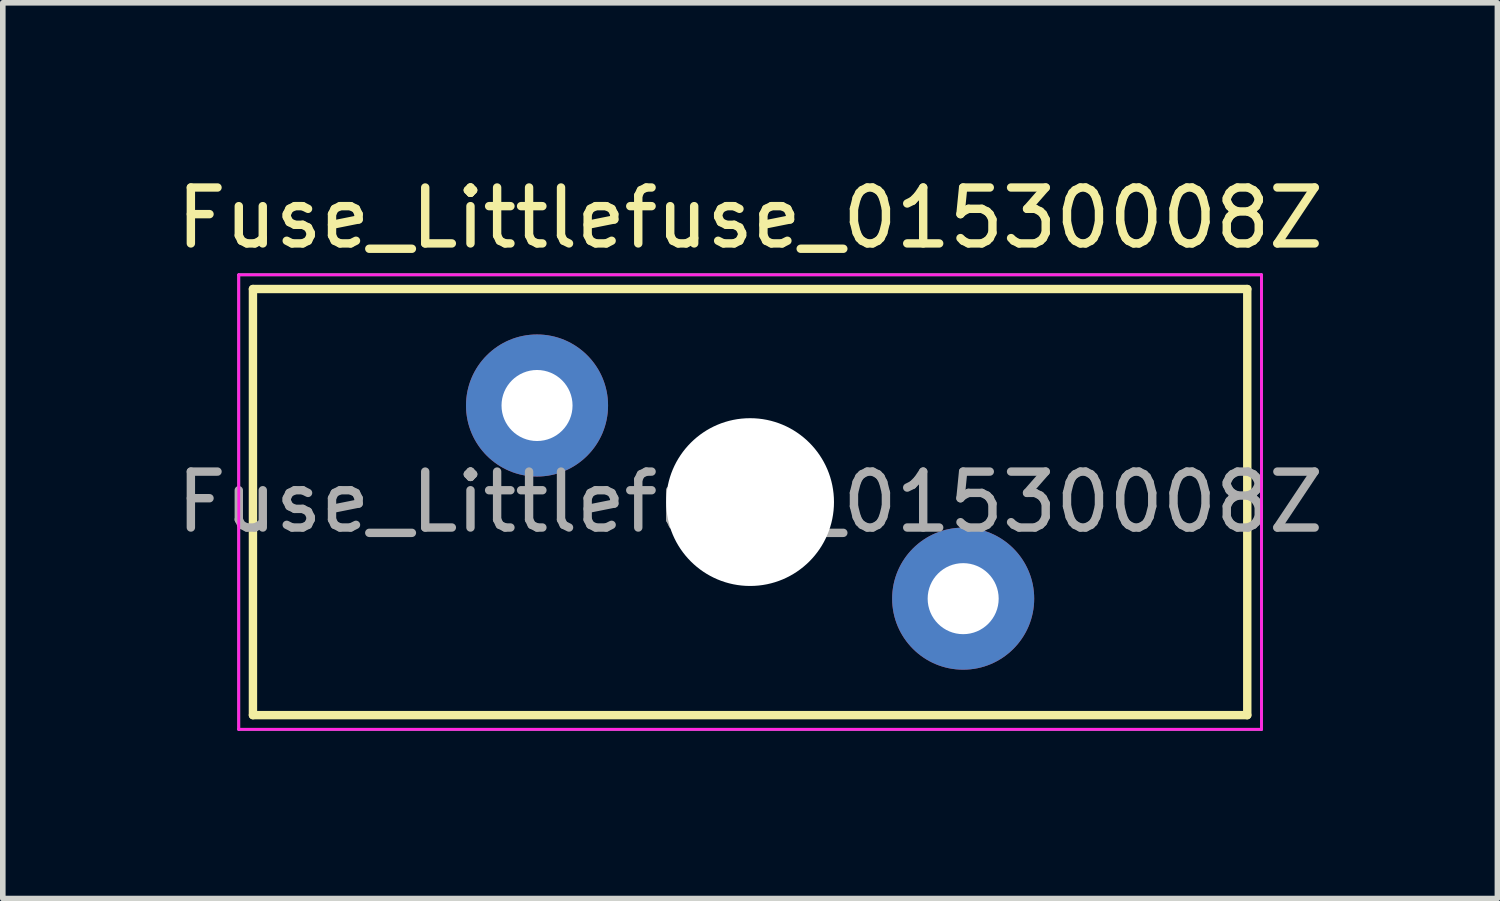
<source format=kicad_pcb>
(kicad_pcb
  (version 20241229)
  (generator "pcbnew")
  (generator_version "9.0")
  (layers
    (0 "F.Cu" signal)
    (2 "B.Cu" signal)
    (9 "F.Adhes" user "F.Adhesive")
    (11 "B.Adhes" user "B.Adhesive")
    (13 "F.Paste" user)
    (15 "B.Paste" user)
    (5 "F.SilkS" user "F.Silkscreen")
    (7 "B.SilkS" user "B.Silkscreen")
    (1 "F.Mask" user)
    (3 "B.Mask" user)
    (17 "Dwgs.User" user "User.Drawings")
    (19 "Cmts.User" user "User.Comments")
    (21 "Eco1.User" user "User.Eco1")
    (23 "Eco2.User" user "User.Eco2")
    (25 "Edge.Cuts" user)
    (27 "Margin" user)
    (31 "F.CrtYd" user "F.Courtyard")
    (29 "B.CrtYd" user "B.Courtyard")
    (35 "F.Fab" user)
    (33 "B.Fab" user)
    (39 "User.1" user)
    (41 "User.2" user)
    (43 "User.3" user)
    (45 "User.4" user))
  (footprint "Fuse_Littlefuse_01530008Z"
    (layer "F.Cu")
    (at 10.363 5.928)
    (property "Reference" "Fuse_Littlefuse_01530008Z" (at 0 -5.08 0) (layer "F.SilkS") (effects (font (size 1 1) (thickness 0.15))))
    (attr through_hole)
    (fp_line (start -8.89 -3.81) (end -8.89 3.81) (stroke (width 0.15) (type solid)) (layer "F.SilkS"))
    (fp_line (start -8.89 3.81) (end 8.89 3.81) (stroke (width 0.15) (type solid)) (layer "F.SilkS"))
    (fp_line (start 8.89 -3.81) (end -8.89 -3.81) (stroke (width 0.15) (type solid)) (layer "F.SilkS"))
    (fp_line (start 8.89 3.81) (end 8.89 -3.81) (stroke (width 0.15) (type solid)) (layer "F.SilkS"))
    (fp_line (start -9.144 -4.064) (end 9.144 -4.064) (stroke (width 0.05) (type solid)) (layer "F.CrtYd"))
    (fp_line (start -9.144 4.064) (end -9.144 -4.064) (stroke (width 0.05) (type solid)) (layer "F.CrtYd"))
    (fp_line (start 9.144 -4.064) (end 9.144 4.064) (stroke (width 0.05) (type solid)) (layer "F.CrtYd"))
    (fp_line (start 9.144 4.064) (end -9.144 4.064) (stroke (width 0.05) (type solid)) (layer "F.CrtYd"))
    (fp_line (start -9.144 -4.064) (end 9.144 -4.064) (stroke (width 0.05) (type solid)) (layer "F.Fab"))
    (fp_line (start -9.144 4.064) (end -9.144 -4.064) (stroke (width 0.05) (type solid)) (layer "F.Fab"))
    (fp_line (start 9.144 -4.064) (end 9.144 4.064) (stroke (width 0.05) (type solid)) (layer "F.Fab"))
    (fp_line (start 9.144 4.064) (end -9.144 4.064) (stroke (width 0.05) (type solid)) (layer "F.Fab"))
    (fp_text user "${REFERENCE}" (at 0 0 0) (layer "F.Fab") (effects (font (size 1 1) (thickness 0.15))))
    (pad "" np_thru_hole circle (at 0 0) (size 3 3) (drill 3) (layers "*.Cu" "*.Mask"))
    (pad "1" thru_hole circle (at -3.81 -1.727 90) (size 2.54 2.54) (drill 1.27) (layers "*.Cu" "*.Mask"))
    (pad "2" thru_hole circle (at 3.81 1.727 180) (size 2.54 2.54) (drill 1.27) (layers "*.Cu" "*.Mask")))
  (gr_rect
    (start -3 -3)
    (end 23.726 13.017)
    (stroke (width 0.1) (type default))
    (fill no)
    (layer "Edge.Cuts")))
</source>
